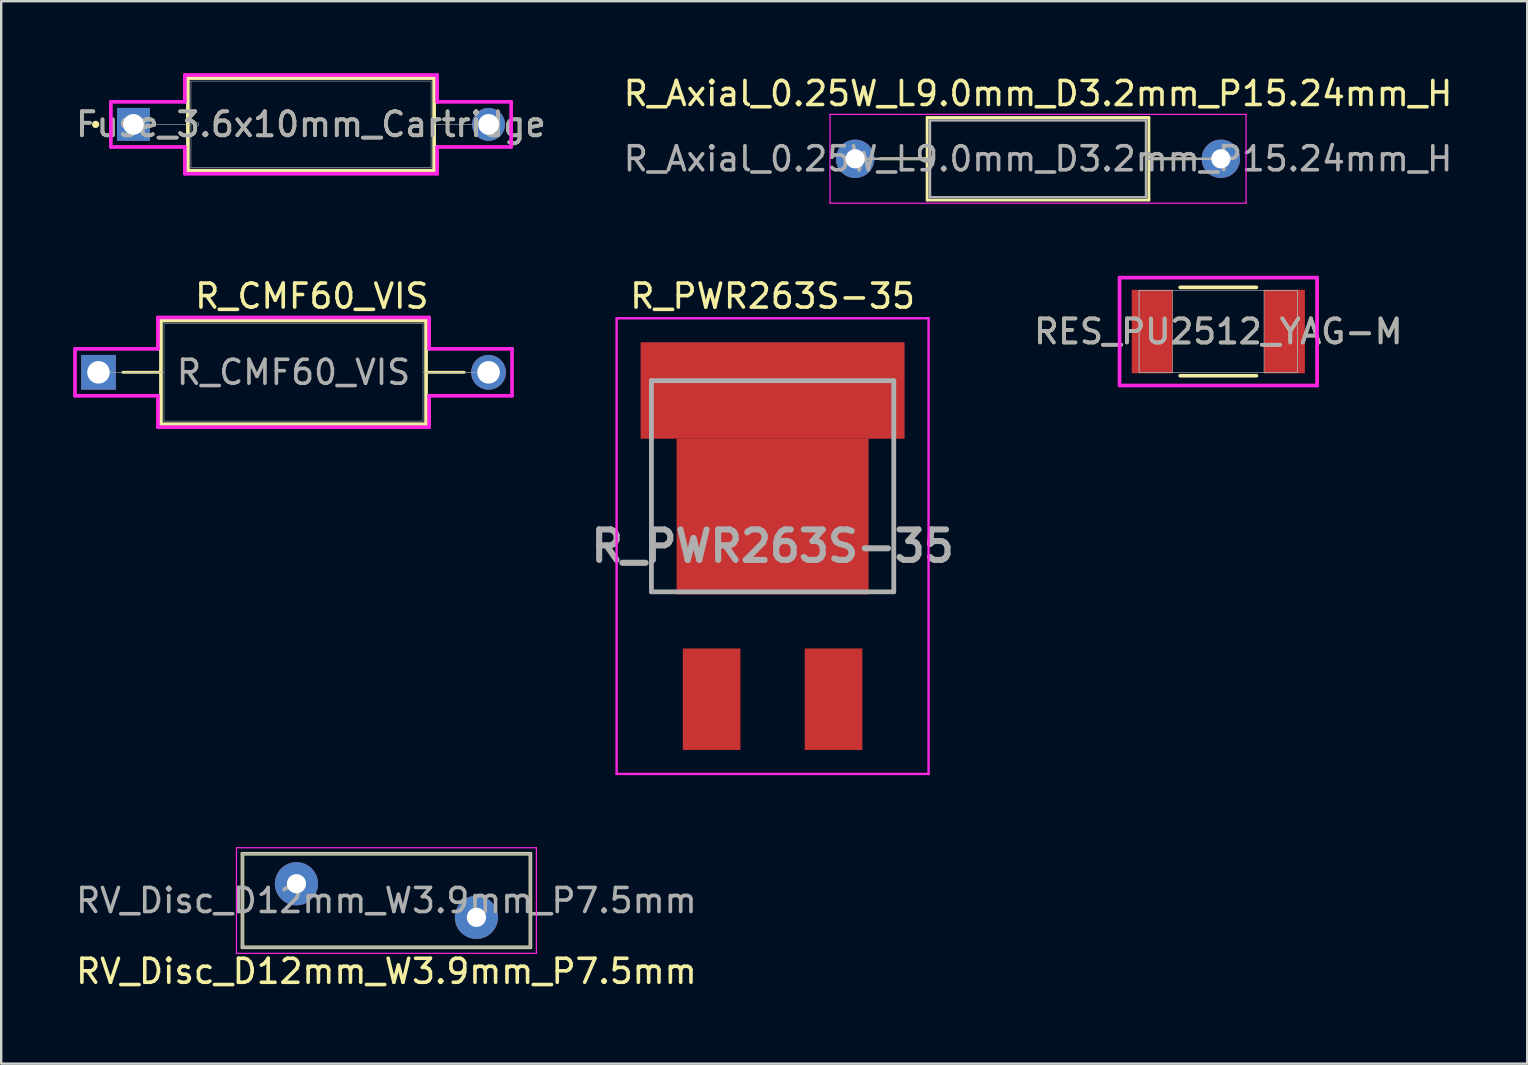
<source format=kicad_pcb>
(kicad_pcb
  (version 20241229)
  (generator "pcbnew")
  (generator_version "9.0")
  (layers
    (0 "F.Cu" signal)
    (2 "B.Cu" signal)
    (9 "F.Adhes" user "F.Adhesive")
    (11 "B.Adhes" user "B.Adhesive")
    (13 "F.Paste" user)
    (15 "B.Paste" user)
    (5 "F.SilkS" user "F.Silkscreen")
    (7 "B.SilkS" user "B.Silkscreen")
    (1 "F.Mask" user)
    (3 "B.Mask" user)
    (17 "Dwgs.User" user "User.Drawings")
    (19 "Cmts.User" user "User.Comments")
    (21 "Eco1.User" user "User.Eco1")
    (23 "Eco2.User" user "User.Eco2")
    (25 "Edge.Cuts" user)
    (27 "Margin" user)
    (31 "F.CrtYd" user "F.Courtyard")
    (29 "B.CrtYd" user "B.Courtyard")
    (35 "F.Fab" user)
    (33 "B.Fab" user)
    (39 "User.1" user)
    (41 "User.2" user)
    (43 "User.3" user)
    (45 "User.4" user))
  (footprint "R_CMF60_VIS"
    (layer "F.Cu")
    (at 1.054 12.466)
    (property "Reference" "R_CMF60_VIS" (at 8.89 -3.175 0) (unlocked yes) (layer "F.SilkS") (effects (font (size 1 1) (thickness 0.15))))
    (attr through_hole)
    (fp_line (start 2.603 -2.159) (end 2.603 2.159) (stroke (width 0.152) (type solid)) (layer "F.SilkS"))
    (fp_line (start 2.603 0) (end 1.016 0) (stroke (width 0.12) (type default)) (layer "F.SilkS"))
    (fp_line (start 2.603 2.159) (end 13.652 2.159) (stroke (width 0.152) (type solid)) (layer "F.SilkS"))
    (fp_line (start 13.652 -2.159) (end 2.603 -2.159) (stroke (width 0.152) (type solid)) (layer "F.SilkS"))
    (fp_line (start 13.652 0) (end 15.24 0) (stroke (width 0.12) (type default)) (layer "F.SilkS"))
    (fp_line (start 13.652 2.159) (end 13.652 -2.159) (stroke (width 0.152) (type solid)) (layer "F.SilkS"))
    (fp_line (start -0.978 -0.978) (end 2.477 -0.978) (stroke (width 0.152) (type solid)) (layer "F.CrtYd"))
    (fp_line (start -0.978 0.978) (end -0.978 -0.978) (stroke (width 0.152) (type solid)) (layer "F.CrtYd"))
    (fp_line (start 2.477 -2.286) (end 13.78 -2.286) (stroke (width 0.152) (type solid)) (layer "F.CrtYd"))
    (fp_line (start 2.477 -0.978) (end 2.477 -2.286) (stroke (width 0.152) (type solid)) (layer "F.CrtYd"))
    (fp_line (start 2.477 0.978) (end -0.978 0.978) (stroke (width 0.152) (type solid)) (layer "F.CrtYd"))
    (fp_line (start 2.477 2.286) (end 2.477 0.978) (stroke (width 0.152) (type solid)) (layer "F.CrtYd"))
    (fp_line (start 13.78 -2.286) (end 13.78 -0.978) (stroke (width 0.152) (type solid)) (layer "F.CrtYd"))
    (fp_line (start 13.78 -0.978) (end 17.234 -0.978) (stroke (width 0.152) (type solid)) (layer "F.CrtYd"))
    (fp_line (start 13.78 0.978) (end 13.78 2.286) (stroke (width 0.152) (type solid)) (layer "F.CrtYd"))
    (fp_line (start 13.78 2.286) (end 2.477 2.286) (stroke (width 0.152) (type solid)) (layer "F.CrtYd"))
    (fp_line (start 17.234 -0.978) (end 17.234 0.978) (stroke (width 0.152) (type solid)) (layer "F.CrtYd"))
    (fp_line (start 17.234 0.978) (end 13.78 0.978) (stroke (width 0.152) (type solid)) (layer "F.CrtYd"))
    (fp_line (start 0 0) (end 2.731 0) (stroke (width 0.025) (type solid)) (layer "F.Fab"))
    (fp_line (start 2.731 -2.032) (end 2.731 2.032) (stroke (width 0.025) (type solid)) (layer "F.Fab"))
    (fp_line (start 2.731 2.032) (end 13.525 2.032) (stroke (width 0.025) (type solid)) (layer "F.Fab"))
    (fp_line (start 13.525 -2.032) (end 2.731 -2.032) (stroke (width 0.025) (type solid)) (layer "F.Fab"))
    (fp_line (start 13.525 2.032) (end 13.525 -2.032) (stroke (width 0.025) (type solid)) (layer "F.Fab"))
    (fp_line (start 16.256 0) (end 13.525 0) (stroke (width 0.025) (type solid)) (layer "F.Fab"))
    (fp_text user "${REFERENCE}" (at 8.128 0 0) (unlocked yes) (layer "F.Fab") (effects (font (size 1 1) (thickness 0.15))))
    (pad "1" thru_hole rect (at 0 0) (size 1.448 1.448) (drill 0.94) (layers "*.Cu" "*.Mask"))
    (pad "2" thru_hole circle (at 16.256 0) (size 1.448 1.448) (drill 0.94) (layers "*.Cu" "*.Mask")))
  (footprint "R_Axial_0.25W_L9.0mm_D3.2mm_P15.24mm_H"
    (layer "F.Cu")
    (at 32.588 3.568)
    (property "Reference" "R_Axial_0.25W_L9.0mm_D3.2mm_P15.24mm_H" (at 7.62 -2.72 0) (layer "F.SilkS") (effects (font (size 1 1) (thickness 0.15))))
    (attr through_hole)
    (fp_line (start 1.04 0) (end 3 0) (stroke (width 0.12) (type solid)) (layer "F.SilkS"))
    (fp_line (start 3 -1.72) (end 3 1.72) (stroke (width 0.12) (type solid)) (layer "F.SilkS"))
    (fp_line (start 3 1.72) (end 12.24 1.72) (stroke (width 0.12) (type solid)) (layer "F.SilkS"))
    (fp_line (start 12.24 -1.72) (end 3 -1.72) (stroke (width 0.12) (type solid)) (layer "F.SilkS"))
    (fp_line (start 12.24 1.72) (end 12.24 -1.72) (stroke (width 0.12) (type solid)) (layer "F.SilkS"))
    (fp_line (start 14.2 0) (end 12.24 0) (stroke (width 0.12) (type solid)) (layer "F.SilkS"))
    (fp_line (start -1.05 -1.85) (end -1.05 1.85) (stroke (width 0.05) (type solid)) (layer "F.CrtYd"))
    (fp_line (start -1.05 1.85) (end 16.29 1.85) (stroke (width 0.05) (type solid)) (layer "F.CrtYd"))
    (fp_line (start 16.29 -1.85) (end -1.05 -1.85) (stroke (width 0.05) (type solid)) (layer "F.CrtYd"))
    (fp_line (start 16.29 1.85) (end 16.29 -1.85) (stroke (width 0.05) (type solid)) (layer "F.CrtYd"))
    (fp_line (start 0 0) (end 3.12 0) (stroke (width 0.1) (type solid)) (layer "F.Fab"))
    (fp_line (start 3.12 -1.6) (end 3.12 1.6) (stroke (width 0.1) (type solid)) (layer "F.Fab"))
    (fp_line (start 3.12 1.6) (end 12.12 1.6) (stroke (width 0.1) (type solid)) (layer "F.Fab"))
    (fp_line (start 12.12 -1.6) (end 3.12 -1.6) (stroke (width 0.1) (type solid)) (layer "F.Fab"))
    (fp_line (start 12.12 1.6) (end 12.12 -1.6) (stroke (width 0.1) (type solid)) (layer "F.Fab"))
    (fp_line (start 15.24 0) (end 12.12 0) (stroke (width 0.1) (type solid)) (layer "F.Fab"))
    (fp_text user "${REFERENCE}" (at 7.62 0 0) (layer "F.Fab") (effects (font (size 1 1) (thickness 0.15))))
    (pad "1" thru_hole circle (at 0 0) (size 1.6 1.6) (drill 0.8) (layers "*.Cu" "*.Mask"))
    (pad "2" thru_hole oval (at 15.24 0) (size 1.6 1.6) (drill 0.8) (layers "*.Cu" "*.Mask")))
  (footprint "RES_PU2512_YAG-M"
    (layer "F.Cu")
    (at 47.722 10.767)
    (property "Reference" "RES_PU2512_YAG-M" (at 0 0 0) (unlocked yes) (layer "F.SilkS") (effects (font (size 1 1) (thickness 0.15))))
    (attr smd)
    (fp_line (start -1.588 1.841) (end 1.588 1.841) (stroke (width 0.152) (type solid)) (layer "F.SilkS"))
    (fp_line (start 1.588 -1.841) (end -1.588 -1.841) (stroke (width 0.152) (type solid)) (layer "F.SilkS"))
    (fp_line (start -4.115 -2.248) (end 4.115 -2.248) (stroke (width 0.152) (type solid)) (layer "F.CrtYd"))
    (fp_line (start -4.115 2.248) (end -4.115 -2.248) (stroke (width 0.152) (type solid)) (layer "F.CrtYd"))
    (fp_line (start 4.115 -2.248) (end 4.115 2.248) (stroke (width 0.152) (type solid)) (layer "F.CrtYd"))
    (fp_line (start 4.115 2.248) (end -4.115 2.248) (stroke (width 0.152) (type solid)) (layer "F.CrtYd"))
    (fp_line (start -3.302 -1.714) (end -3.302 1.714) (stroke (width 0.025) (type solid)) (layer "F.Fab"))
    (fp_line (start -3.302 -1.714) (end -3.302 1.714) (stroke (width 0.025) (type solid)) (layer "F.Fab"))
    (fp_line (start -3.302 1.714) (end -1.905 1.714) (stroke (width 0.025) (type solid)) (layer "F.Fab"))
    (fp_line (start -3.302 1.714) (end 3.302 1.714) (stroke (width 0.025) (type solid)) (layer "F.Fab"))
    (fp_line (start -1.905 -1.714) (end -3.302 -1.714) (stroke (width 0.025) (type solid)) (layer "F.Fab"))
    (fp_line (start -1.905 1.714) (end -1.905 -1.714) (stroke (width 0.025) (type solid)) (layer "F.Fab"))
    (fp_line (start 1.905 -1.714) (end 1.905 1.714) (stroke (width 0.025) (type solid)) (layer "F.Fab"))
    (fp_line (start 1.905 1.714) (end 3.302 1.714) (stroke (width 0.025) (type solid)) (layer "F.Fab"))
    (fp_line (start 3.302 -1.714) (end -3.302 -1.714) (stroke (width 0.025) (type solid)) (layer "F.Fab"))
    (fp_line (start 3.302 -1.714) (end 1.905 -1.714) (stroke (width 0.025) (type solid)) (layer "F.Fab"))
    (fp_line (start 3.302 1.714) (end 3.302 -1.714) (stroke (width 0.025) (type solid)) (layer "F.Fab"))
    (fp_line (start 3.302 1.714) (end 3.302 -1.714) (stroke (width 0.025) (type solid)) (layer "F.Fab"))
    (fp_text user "${REFERENCE}" (at 0 0 0) (unlocked yes) (layer "F.Fab") (effects (font (size 1 1) (thickness 0.15))))
    (pad "1" smd rect (at -2.756 0) (size 1.702 3.48) (layers "F.Cu" "F.Mask" "F.Paste"))
    (pad "2" smd rect (at 2.756 0) (size 1.702 3.48) (layers "F.Cu" "F.Mask" "F.Paste"))
    (zone (net_name "") (layer "F.Cu") (hatch full 0.508) (connect_pads) (min_thickness 0.254) (filled_areas_thickness no) (keepout (tracks not_allowed) (vias not_allowed) (pads allowed) (copperpour not_allowed) (footprints allowed)) (placement (enabled no)) (fill) (polygon (pts (xy 45.868 9.104) (xy 49.577 9.104) (xy 49.577 12.431) (xy 45.868 12.431)))))
  (footprint "R_PWR263S-35"
    (layer "F.Cu")
    (at 29.147 19.451)
    (property "Reference" "R_PWR263S-35" (at 0 -10.16 0) (layer "F.SilkS") (effects (font (size 1 1) (thickness 0.15))))
    (attr smd)
    (fp_line (start -5.05 2.163) (end -5.05 -3.638) (stroke (width 0.1) (type solid)) (layer "F.SilkS"))
    (fp_line (start -4.5 2.163) (end -5.05 2.163) (stroke (width 0.1) (type solid)) (layer "F.SilkS"))
    (fp_line (start 4.5 2.163) (end 5.05 2.163) (stroke (width 0.1) (type solid)) (layer "F.SilkS"))
    (fp_line (start 5.05 2.163) (end 5.05 -3.638) (stroke (width 0.1) (type solid)) (layer "F.SilkS"))
    (fp_line (start -6.5 -9.238) (end 6.5 -9.238) (stroke (width 0.1) (type solid)) (layer "F.CrtYd"))
    (fp_line (start -6.5 9.753) (end -6.5 -9.238) (stroke (width 0.1) (type solid)) (layer "F.CrtYd"))
    (fp_line (start 6.5 -9.238) (end 6.5 9.753) (stroke (width 0.1) (type solid)) (layer "F.CrtYd"))
    (fp_line (start 6.5 9.753) (end -6.5 9.753) (stroke (width 0.1) (type solid)) (layer "F.CrtYd"))
    (fp_line (start -5.05 -6.638) (end 5.05 -6.638) (stroke (width 0.2) (type solid)) (layer "F.Fab"))
    (fp_line (start -5.05 2.163) (end -5.05 -6.638) (stroke (width 0.2) (type solid)) (layer "F.Fab"))
    (fp_line (start 5.05 -6.638) (end 5.05 2.163) (stroke (width 0.2) (type solid)) (layer "F.Fab"))
    (fp_line (start 5.05 2.163) (end -5.05 2.163) (stroke (width 0.2) (type solid)) (layer "F.Fab"))
    (fp_text user "${REFERENCE}" (at 0 0.258 0) (layer "F.Fab") (effects (font (size 1.27 1.27) (thickness 0.254))))
    (pad "1" smd rect (at -2.54 6.638) (size 2.4 4.23) (layers "F.Cu" "F.Mask" "F.Paste"))
    (pad "2" smd rect (at 2.54 6.638) (size 2.4 4.23) (layers "F.Cu" "F.Mask" "F.Paste"))
    (pad "3" smd rect (at 0 -0.978 90) (size 6.5 8) (layers "F.Cu" "F.Mask" "F.Paste"))
    (pad "4" smd rect (at 0 -6.228 90) (size 4.02 11) (layers "F.Cu" "F.Mask" "F.Paste")))
  (footprint "RV_Disc_D12mm_W3.9mm_P7.5mm"
    (layer "F.Cu")
    (at 9.304 33.779)
    (property "Reference" "RV_Disc_D12mm_W3.9mm_P7.5mm" (at 3.75 3.65 0) (layer "F.SilkS") (effects (font (size 1 1) (thickness 0.15))))
    (attr through_hole)
    (fp_line (start -2.25 -1.25) (end -2.25 2.65) (stroke (width 0.15) (type solid)) (layer "F.SilkS"))
    (fp_line (start -2.25 -1.25) (end 9.75 -1.25) (stroke (width 0.15) (type solid)) (layer "F.SilkS"))
    (fp_line (start -2.25 2.65) (end 9.75 2.65) (stroke (width 0.15) (type solid)) (layer "F.SilkS"))
    (fp_line (start 9.75 -1.25) (end 9.75 2.65) (stroke (width 0.15) (type solid)) (layer "F.SilkS"))
    (fp_line (start -2.5 -1.5) (end -2.5 2.9) (stroke (width 0.05) (type solid)) (layer "F.CrtYd"))
    (fp_line (start -2.5 -1.5) (end 10 -1.5) (stroke (width 0.05) (type solid)) (layer "F.CrtYd"))
    (fp_line (start -2.5 2.9) (end 10 2.9) (stroke (width 0.05) (type solid)) (layer "F.CrtYd"))
    (fp_line (start 10 -1.5) (end 10 2.9) (stroke (width 0.05) (type solid)) (layer "F.CrtYd"))
    (fp_line (start -2.25 -1.25) (end -2.25 2.65) (stroke (width 0.1) (type solid)) (layer "F.Fab"))
    (fp_line (start -2.25 -1.25) (end 9.75 -1.25) (stroke (width 0.1) (type solid)) (layer "F.Fab"))
    (fp_line (start -2.25 2.65) (end 9.75 2.65) (stroke (width 0.1) (type solid)) (layer "F.Fab"))
    (fp_line (start 9.75 -1.25) (end 9.75 2.65) (stroke (width 0.1) (type solid)) (layer "F.Fab"))
    (fp_text user "${REFERENCE}" (at 3.75 0.7 0) (layer "F.Fab") (effects (font (size 1 1) (thickness 0.15))))
    (pad "1" thru_hole circle (at 0 0) (size 1.8 1.8) (drill 0.8) (layers "*.Cu" "*.Mask"))
    (pad "2" thru_hole circle (at 7.5 1.4) (size 1.8 1.8) (drill 0.8) (layers "*.Cu" "*.Mask")))
  (footprint "Fuse_3.6x10mm_Cartridge"
    (layer "F.Cu")
    (at 2.511 2.134)
    (property "Reference" "Fuse_3.6x10mm_Cartridge" (at 7.4 0 0) (unlocked yes) (layer "F.SilkS") (effects (font (size 1 1) (thickness 0.15))))
    (attr through_hole)
    (fp_line (start 2.269 -1.93) (end 2.269 1.93) (stroke (width 0.152) (type solid)) (layer "F.SilkS"))
    (fp_line (start 2.269 1.93) (end 12.531 1.93) (stroke (width 0.152) (type solid)) (layer "F.SilkS"))
    (fp_line (start 12.531 -1.93) (end 2.269 -1.93) (stroke (width 0.152) (type solid)) (layer "F.SilkS"))
    (fp_line (start 12.531 1.93) (end 12.531 -1.93) (stroke (width 0.152) (type solid)) (layer "F.SilkS"))
    (fp_circle (center -1.575 0) (end -1.499 0) (stroke (width 0.152) (type solid)) (fill no) (layer "F.SilkS"))
    (fp_line (start -0.94 -0.94) (end 2.142 -0.94) (stroke (width 0.152) (type solid)) (layer "F.CrtYd"))
    (fp_line (start -0.94 0.94) (end -0.94 -0.94) (stroke (width 0.152) (type solid)) (layer "F.CrtYd"))
    (fp_line (start 2.142 -2.057) (end 12.658 -2.057) (stroke (width 0.152) (type solid)) (layer "F.CrtYd"))
    (fp_line (start 2.142 -0.94) (end 2.142 -2.057) (stroke (width 0.152) (type solid)) (layer "F.CrtYd"))
    (fp_line (start 2.142 0.94) (end -0.94 0.94) (stroke (width 0.152) (type solid)) (layer "F.CrtYd"))
    (fp_line (start 2.142 2.057) (end 2.142 0.94) (stroke (width 0.152) (type solid)) (layer "F.CrtYd"))
    (fp_line (start 2.142 2.057) (end 12.658 2.057) (stroke (width 0.152) (type solid)) (layer "F.CrtYd"))
    (fp_line (start 12.658 -2.057) (end 12.658 -0.94) (stroke (width 0.152) (type solid)) (layer "F.CrtYd"))
    (fp_line (start 12.658 -0.94) (end 15.74 -0.94) (stroke (width 0.152) (type solid)) (layer "F.CrtYd"))
    (fp_line (start 12.658 0.94) (end 12.658 2.057) (stroke (width 0.152) (type solid)) (layer "F.CrtYd"))
    (fp_line (start 15.74 -0.94) (end 15.74 0.94) (stroke (width 0.152) (type solid)) (layer "F.CrtYd"))
    (fp_line (start 15.74 0.94) (end 12.658 0.94) (stroke (width 0.152) (type solid)) (layer "F.CrtYd"))
    (fp_line (start 0 0) (end 2.396 0) (stroke (width 0.025) (type solid)) (layer "F.Fab"))
    (fp_line (start 2.396 -1.803) (end 2.396 1.803) (stroke (width 0.025) (type solid)) (layer "F.Fab"))
    (fp_line (start 2.396 1.803) (end 12.404 1.803) (stroke (width 0.025) (type solid)) (layer "F.Fab"))
    (fp_line (start 12.404 -1.803) (end 2.396 -1.803) (stroke (width 0.025) (type solid)) (layer "F.Fab"))
    (fp_line (start 12.404 1.803) (end 12.404 -1.803) (stroke (width 0.025) (type solid)) (layer "F.Fab"))
    (fp_line (start 14.8 0) (end 12.404 0) (stroke (width 0.025) (type solid)) (layer "F.Fab"))
    (fp_circle (center 2.65 0) (end 2.726 0) (stroke (width 0.025) (type solid)) (fill no) (layer "F.Fab"))
    (fp_text user "${REFERENCE}" (at 7.4 0 0) (unlocked yes) (layer "F.Fab") (effects (font (size 1 1) (thickness 0.15))))
    (pad "1" thru_hole rect (at 0 0) (size 1.372 1.372) (drill 0.864) (layers "*.Cu" "*.Mask"))
    (pad "2" thru_hole circle (at 14.8 0) (size 1.372 1.372) (drill 0.864) (layers "*.Cu" "*.Mask")))
  (gr_rect
    (start -3 -3)
    (end 60.595 41.278)
    (stroke (width 0.1) (type default))
    (fill no)
    (layer "Edge.Cuts")))
</source>
